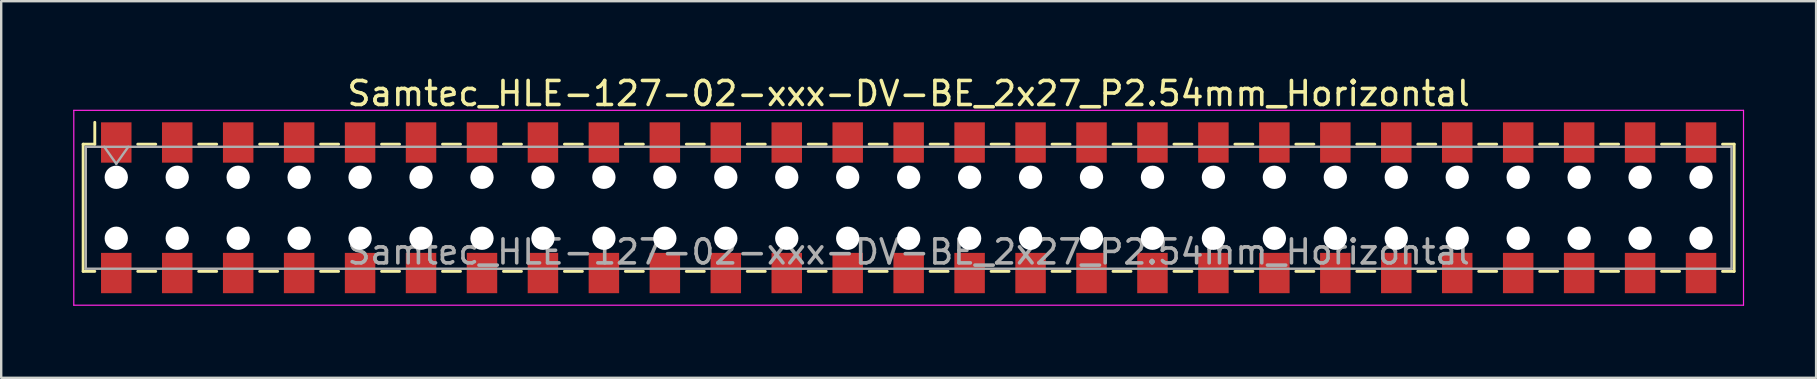
<source format=kicad_pcb>
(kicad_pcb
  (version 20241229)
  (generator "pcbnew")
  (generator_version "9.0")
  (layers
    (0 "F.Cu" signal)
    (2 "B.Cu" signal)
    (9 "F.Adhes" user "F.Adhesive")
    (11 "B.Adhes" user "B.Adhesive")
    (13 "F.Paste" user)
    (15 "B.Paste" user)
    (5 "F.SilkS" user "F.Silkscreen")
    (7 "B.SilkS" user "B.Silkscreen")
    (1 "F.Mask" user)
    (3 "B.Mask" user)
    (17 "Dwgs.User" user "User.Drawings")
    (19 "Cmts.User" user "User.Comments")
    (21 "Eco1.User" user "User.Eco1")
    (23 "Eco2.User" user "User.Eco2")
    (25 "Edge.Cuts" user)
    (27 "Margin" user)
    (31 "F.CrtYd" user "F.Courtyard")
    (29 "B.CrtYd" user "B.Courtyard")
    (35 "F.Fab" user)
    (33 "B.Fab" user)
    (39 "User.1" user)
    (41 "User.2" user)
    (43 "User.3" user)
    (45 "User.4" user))
  (footprint "Samtec_HLE-127-02-xxx-DV-BE_2x27_P2.54mm_Horizontal"
    (layer "F.Cu")
    (at 34.815 5.608)
    (property "Reference" "Samtec_HLE-127-02-xxx-DV-BE_2x27_P2.54mm_Horizontal" (at 0 -4.76 0) (layer "F.SilkS") (effects (font (size 1 1) (thickness 0.15))))
    (attr smd)
    (fp_line (start -34.4 -2.65) (end -34.4 2.65) (stroke (width 0.12) (type solid)) (layer "F.SilkS"))
    (fp_line (start -34.4 2.65) (end -33.915 2.65) (stroke (width 0.12) (type solid)) (layer "F.SilkS"))
    (fp_line (start -33.915 -3.56) (end -33.915 -2.65) (stroke (width 0.12) (type solid)) (layer "F.SilkS"))
    (fp_line (start -33.915 -2.65) (end -34.4 -2.65) (stroke (width 0.12) (type solid)) (layer "F.SilkS"))
    (fp_line (start -32.125 -2.65) (end -31.375 -2.65) (stroke (width 0.12) (type solid)) (layer "F.SilkS"))
    (fp_line (start -32.125 2.65) (end -31.375 2.65) (stroke (width 0.12) (type solid)) (layer "F.SilkS"))
    (fp_line (start -29.585 -2.65) (end -28.835 -2.65) (stroke (width 0.12) (type solid)) (layer "F.SilkS"))
    (fp_line (start -29.585 2.65) (end -28.835 2.65) (stroke (width 0.12) (type solid)) (layer "F.SilkS"))
    (fp_line (start -27.045 -2.65) (end -26.295 -2.65) (stroke (width 0.12) (type solid)) (layer "F.SilkS"))
    (fp_line (start -27.045 2.65) (end -26.295 2.65) (stroke (width 0.12) (type solid)) (layer "F.SilkS"))
    (fp_line (start -24.505 -2.65) (end -23.755 -2.65) (stroke (width 0.12) (type solid)) (layer "F.SilkS"))
    (fp_line (start -24.505 2.65) (end -23.755 2.65) (stroke (width 0.12) (type solid)) (layer "F.SilkS"))
    (fp_line (start -21.965 -2.65) (end -21.215 -2.65) (stroke (width 0.12) (type solid)) (layer "F.SilkS"))
    (fp_line (start -21.965 2.65) (end -21.215 2.65) (stroke (width 0.12) (type solid)) (layer "F.SilkS"))
    (fp_line (start -19.425 -2.65) (end -18.675 -2.65) (stroke (width 0.12) (type solid)) (layer "F.SilkS"))
    (fp_line (start -19.425 2.65) (end -18.675 2.65) (stroke (width 0.12) (type solid)) (layer "F.SilkS"))
    (fp_line (start -16.885 -2.65) (end -16.135 -2.65) (stroke (width 0.12) (type solid)) (layer "F.SilkS"))
    (fp_line (start -16.885 2.65) (end -16.135 2.65) (stroke (width 0.12) (type solid)) (layer "F.SilkS"))
    (fp_line (start -14.345 -2.65) (end -13.595 -2.65) (stroke (width 0.12) (type solid)) (layer "F.SilkS"))
    (fp_line (start -14.345 2.65) (end -13.595 2.65) (stroke (width 0.12) (type solid)) (layer "F.SilkS"))
    (fp_line (start -11.805 -2.65) (end -11.055 -2.65) (stroke (width 0.12) (type solid)) (layer "F.SilkS"))
    (fp_line (start -11.805 2.65) (end -11.055 2.65) (stroke (width 0.12) (type solid)) (layer "F.SilkS"))
    (fp_line (start -9.265 -2.65) (end -8.515 -2.65) (stroke (width 0.12) (type solid)) (layer "F.SilkS"))
    (fp_line (start -9.265 2.65) (end -8.515 2.65) (stroke (width 0.12) (type solid)) (layer "F.SilkS"))
    (fp_line (start -6.725 -2.65) (end -5.975 -2.65) (stroke (width 0.12) (type solid)) (layer "F.SilkS"))
    (fp_line (start -6.725 2.65) (end -5.975 2.65) (stroke (width 0.12) (type solid)) (layer "F.SilkS"))
    (fp_line (start -4.185 -2.65) (end -3.435 -2.65) (stroke (width 0.12) (type solid)) (layer "F.SilkS"))
    (fp_line (start -4.185 2.65) (end -3.435 2.65) (stroke (width 0.12) (type solid)) (layer "F.SilkS"))
    (fp_line (start -1.645 -2.65) (end -0.895 -2.65) (stroke (width 0.12) (type solid)) (layer "F.SilkS"))
    (fp_line (start -1.645 2.65) (end -0.895 2.65) (stroke (width 0.12) (type solid)) (layer "F.SilkS"))
    (fp_line (start 0.895 -2.65) (end 1.645 -2.65) (stroke (width 0.12) (type solid)) (layer "F.SilkS"))
    (fp_line (start 0.895 2.65) (end 1.645 2.65) (stroke (width 0.12) (type solid)) (layer "F.SilkS"))
    (fp_line (start 3.435 -2.65) (end 4.185 -2.65) (stroke (width 0.12) (type solid)) (layer "F.SilkS"))
    (fp_line (start 3.435 2.65) (end 4.185 2.65) (stroke (width 0.12) (type solid)) (layer "F.SilkS"))
    (fp_line (start 5.975 -2.65) (end 6.725 -2.65) (stroke (width 0.12) (type solid)) (layer "F.SilkS"))
    (fp_line (start 5.975 2.65) (end 6.725 2.65) (stroke (width 0.12) (type solid)) (layer "F.SilkS"))
    (fp_line (start 8.515 -2.65) (end 9.265 -2.65) (stroke (width 0.12) (type solid)) (layer "F.SilkS"))
    (fp_line (start 8.515 2.65) (end 9.265 2.65) (stroke (width 0.12) (type solid)) (layer "F.SilkS"))
    (fp_line (start 11.055 -2.65) (end 11.805 -2.65) (stroke (width 0.12) (type solid)) (layer "F.SilkS"))
    (fp_line (start 11.055 2.65) (end 11.805 2.65) (stroke (width 0.12) (type solid)) (layer "F.SilkS"))
    (fp_line (start 13.595 -2.65) (end 14.345 -2.65) (stroke (width 0.12) (type solid)) (layer "F.SilkS"))
    (fp_line (start 13.595 2.65) (end 14.345 2.65) (stroke (width 0.12) (type solid)) (layer "F.SilkS"))
    (fp_line (start 16.135 -2.65) (end 16.885 -2.65) (stroke (width 0.12) (type solid)) (layer "F.SilkS"))
    (fp_line (start 16.135 2.65) (end 16.885 2.65) (stroke (width 0.12) (type solid)) (layer "F.SilkS"))
    (fp_line (start 18.675 -2.65) (end 19.425 -2.65) (stroke (width 0.12) (type solid)) (layer "F.SilkS"))
    (fp_line (start 18.675 2.65) (end 19.425 2.65) (stroke (width 0.12) (type solid)) (layer "F.SilkS"))
    (fp_line (start 21.215 -2.65) (end 21.965 -2.65) (stroke (width 0.12) (type solid)) (layer "F.SilkS"))
    (fp_line (start 21.215 2.65) (end 21.965 2.65) (stroke (width 0.12) (type solid)) (layer "F.SilkS"))
    (fp_line (start 23.755 -2.65) (end 24.505 -2.65) (stroke (width 0.12) (type solid)) (layer "F.SilkS"))
    (fp_line (start 23.755 2.65) (end 24.505 2.65) (stroke (width 0.12) (type solid)) (layer "F.SilkS"))
    (fp_line (start 26.295 -2.65) (end 27.045 -2.65) (stroke (width 0.12) (type solid)) (layer "F.SilkS"))
    (fp_line (start 26.295 2.65) (end 27.045 2.65) (stroke (width 0.12) (type solid)) (layer "F.SilkS"))
    (fp_line (start 28.835 -2.65) (end 29.585 -2.65) (stroke (width 0.12) (type solid)) (layer "F.SilkS"))
    (fp_line (start 28.835 2.65) (end 29.585 2.65) (stroke (width 0.12) (type solid)) (layer "F.SilkS"))
    (fp_line (start 31.375 -2.65) (end 32.125 -2.65) (stroke (width 0.12) (type solid)) (layer "F.SilkS"))
    (fp_line (start 31.375 2.65) (end 32.125 2.65) (stroke (width 0.12) (type solid)) (layer "F.SilkS"))
    (fp_line (start 33.915 -2.65) (end 34.4 -2.65) (stroke (width 0.12) (type solid)) (layer "F.SilkS"))
    (fp_line (start 34.4 -2.65) (end 34.4 2.65) (stroke (width 0.12) (type solid)) (layer "F.SilkS"))
    (fp_line (start 34.4 2.65) (end 33.915 2.65) (stroke (width 0.12) (type solid)) (layer "F.SilkS"))
    (fp_line (start -34.79 -4.06) (end 34.79 -4.06) (stroke (width 0.05) (type solid)) (layer "F.CrtYd"))
    (fp_line (start -34.79 4.06) (end -34.79 -4.06) (stroke (width 0.05) (type solid)) (layer "F.CrtYd"))
    (fp_line (start 34.79 -4.06) (end 34.79 4.06) (stroke (width 0.05) (type solid)) (layer "F.CrtYd"))
    (fp_line (start 34.79 4.06) (end -34.79 4.06) (stroke (width 0.05) (type solid)) (layer "F.CrtYd"))
    (fp_line (start -34.29 -2.54) (end 34.29 -2.54) (stroke (width 0.1) (type solid)) (layer "F.Fab"))
    (fp_line (start -34.29 2.54) (end -34.29 -2.54) (stroke (width 0.1) (type solid)) (layer "F.Fab"))
    (fp_line (start -33.52 -2.54) (end -33.02 -1.833) (stroke (width 0.1) (type solid)) (layer "F.Fab"))
    (fp_line (start -33.02 -1.833) (end -32.52 -2.54) (stroke (width 0.1) (type solid)) (layer "F.Fab"))
    (fp_line (start 34.29 -2.54) (end 34.29 2.54) (stroke (width 0.1) (type solid)) (layer "F.Fab"))
    (fp_line (start 34.29 2.54) (end -34.29 2.54) (stroke (width 0.1) (type solid)) (layer "F.Fab"))
    (fp_text user "${REFERENCE}" (at 0 1.84 0) (layer "F.Fab") (effects (font (size 1 1) (thickness 0.15))))
    (pad "" np_thru_hole circle (at -33.02 -1.27) (size 0.97 0.97) (drill 0.97) (layers "*.Cu" "*.Mask"))
    (pad "" np_thru_hole circle (at -33.02 1.27) (size 0.97 0.97) (drill 0.97) (layers "*.Cu" "*.Mask"))
    (pad "" np_thru_hole circle (at -30.48 -1.27) (size 0.97 0.97) (drill 0.97) (layers "*.Cu" "*.Mask"))
    (pad "" np_thru_hole circle (at -30.48 1.27) (size 0.97 0.97) (drill 0.97) (layers "*.Cu" "*.Mask"))
    (pad "" np_thru_hole circle (at -27.94 -1.27) (size 0.97 0.97) (drill 0.97) (layers "*.Cu" "*.Mask"))
    (pad "" np_thru_hole circle (at -27.94 1.27) (size 0.97 0.97) (drill 0.97) (layers "*.Cu" "*.Mask"))
    (pad "" np_thru_hole circle (at -25.4 -1.27) (size 0.97 0.97) (drill 0.97) (layers "*.Cu" "*.Mask"))
    (pad "" np_thru_hole circle (at -25.4 1.27) (size 0.97 0.97) (drill 0.97) (layers "*.Cu" "*.Mask"))
    (pad "" np_thru_hole circle (at -22.86 -1.27) (size 0.97 0.97) (drill 0.97) (layers "*.Cu" "*.Mask"))
    (pad "" np_thru_hole circle (at -22.86 1.27) (size 0.97 0.97) (drill 0.97) (layers "*.Cu" "*.Mask"))
    (pad "" np_thru_hole circle (at -20.32 -1.27) (size 0.97 0.97) (drill 0.97) (layers "*.Cu" "*.Mask"))
    (pad "" np_thru_hole circle (at -20.32 1.27) (size 0.97 0.97) (drill 0.97) (layers "*.Cu" "*.Mask"))
    (pad "" np_thru_hole circle (at -17.78 -1.27) (size 0.97 0.97) (drill 0.97) (layers "*.Cu" "*.Mask"))
    (pad "" np_thru_hole circle (at -17.78 1.27) (size 0.97 0.97) (drill 0.97) (layers "*.Cu" "*.Mask"))
    (pad "" np_thru_hole circle (at -15.24 -1.27) (size 0.97 0.97) (drill 0.97) (layers "*.Cu" "*.Mask"))
    (pad "" np_thru_hole circle (at -15.24 1.27) (size 0.97 0.97) (drill 0.97) (layers "*.Cu" "*.Mask"))
    (pad "" np_thru_hole circle (at -12.7 -1.27) (size 0.97 0.97) (drill 0.97) (layers "*.Cu" "*.Mask"))
    (pad "" np_thru_hole circle (at -12.7 1.27) (size 0.97 0.97) (drill 0.97) (layers "*.Cu" "*.Mask"))
    (pad "" np_thru_hole circle (at -10.16 -1.27) (size 0.97 0.97) (drill 0.97) (layers "*.Cu" "*.Mask"))
    (pad "" np_thru_hole circle (at -10.16 1.27) (size 0.97 0.97) (drill 0.97) (layers "*.Cu" "*.Mask"))
    (pad "" np_thru_hole circle (at -7.62 -1.27) (size 0.97 0.97) (drill 0.97) (layers "*.Cu" "*.Mask"))
    (pad "" np_thru_hole circle (at -7.62 1.27) (size 0.97 0.97) (drill 0.97) (layers "*.Cu" "*.Mask"))
    (pad "" np_thru_hole circle (at -5.08 -1.27) (size 0.97 0.97) (drill 0.97) (layers "*.Cu" "*.Mask"))
    (pad "" np_thru_hole circle (at -5.08 1.27) (size 0.97 0.97) (drill 0.97) (layers "*.Cu" "*.Mask"))
    (pad "" np_thru_hole circle (at -2.54 -1.27) (size 0.97 0.97) (drill 0.97) (layers "*.Cu" "*.Mask"))
    (pad "" np_thru_hole circle (at -2.54 1.27) (size 0.97 0.97) (drill 0.97) (layers "*.Cu" "*.Mask"))
    (pad "" np_thru_hole circle (at 0 -1.27) (size 0.97 0.97) (drill 0.97) (layers "*.Cu" "*.Mask"))
    (pad "" np_thru_hole circle (at 0 1.27) (size 0.97 0.97) (drill 0.97) (layers "*.Cu" "*.Mask"))
    (pad "" np_thru_hole circle (at 2.54 -1.27) (size 0.97 0.97) (drill 0.97) (layers "*.Cu" "*.Mask"))
    (pad "" np_thru_hole circle (at 2.54 1.27) (size 0.97 0.97) (drill 0.97) (layers "*.Cu" "*.Mask"))
    (pad "" np_thru_hole circle (at 5.08 -1.27) (size 0.97 0.97) (drill 0.97) (layers "*.Cu" "*.Mask"))
    (pad "" np_thru_hole circle (at 5.08 1.27) (size 0.97 0.97) (drill 0.97) (layers "*.Cu" "*.Mask"))
    (pad "" np_thru_hole circle (at 7.62 -1.27) (size 0.97 0.97) (drill 0.97) (layers "*.Cu" "*.Mask"))
    (pad "" np_thru_hole circle (at 7.62 1.27) (size 0.97 0.97) (drill 0.97) (layers "*.Cu" "*.Mask"))
    (pad "" np_thru_hole circle (at 10.16 -1.27) (size 0.97 0.97) (drill 0.97) (layers "*.Cu" "*.Mask"))
    (pad "" np_thru_hole circle (at 10.16 1.27) (size 0.97 0.97) (drill 0.97) (layers "*.Cu" "*.Mask"))
    (pad "" np_thru_hole circle (at 12.7 -1.27) (size 0.97 0.97) (drill 0.97) (layers "*.Cu" "*.Mask"))
    (pad "" np_thru_hole circle (at 12.7 1.27) (size 0.97 0.97) (drill 0.97) (layers "*.Cu" "*.Mask"))
    (pad "" np_thru_hole circle (at 15.24 -1.27) (size 0.97 0.97) (drill 0.97) (layers "*.Cu" "*.Mask"))
    (pad "" np_thru_hole circle (at 15.24 1.27) (size 0.97 0.97) (drill 0.97) (layers "*.Cu" "*.Mask"))
    (pad "" np_thru_hole circle (at 17.78 -1.27) (size 0.97 0.97) (drill 0.97) (layers "*.Cu" "*.Mask"))
    (pad "" np_thru_hole circle (at 17.78 1.27) (size 0.97 0.97) (drill 0.97) (layers "*.Cu" "*.Mask"))
    (pad "" np_thru_hole circle (at 20.32 -1.27) (size 0.97 0.97) (drill 0.97) (layers "*.Cu" "*.Mask"))
    (pad "" np_thru_hole circle (at 20.32 1.27) (size 0.97 0.97) (drill 0.97) (layers "*.Cu" "*.Mask"))
    (pad "" np_thru_hole circle (at 22.86 -1.27) (size 0.97 0.97) (drill 0.97) (layers "*.Cu" "*.Mask"))
    (pad "" np_thru_hole circle (at 22.86 1.27) (size 0.97 0.97) (drill 0.97) (layers "*.Cu" "*.Mask"))
    (pad "" np_thru_hole circle (at 25.4 -1.27) (size 0.97 0.97) (drill 0.97) (layers "*.Cu" "*.Mask"))
    (pad "" np_thru_hole circle (at 25.4 1.27) (size 0.97 0.97) (drill 0.97) (layers "*.Cu" "*.Mask"))
    (pad "" np_thru_hole circle (at 27.94 -1.27) (size 0.97 0.97) (drill 0.97) (layers "*.Cu" "*.Mask"))
    (pad "" np_thru_hole circle (at 27.94 1.27) (size 0.97 0.97) (drill 0.97) (layers "*.Cu" "*.Mask"))
    (pad "" np_thru_hole circle (at 30.48 -1.27) (size 0.97 0.97) (drill 0.97) (layers "*.Cu" "*.Mask"))
    (pad "" np_thru_hole circle (at 30.48 1.27) (size 0.97 0.97) (drill 0.97) (layers "*.Cu" "*.Mask"))
    (pad "" np_thru_hole circle (at 33.02 -1.27) (size 0.97 0.97) (drill 0.97) (layers "*.Cu" "*.Mask"))
    (pad "" np_thru_hole circle (at 33.02 1.27) (size 0.97 0.97) (drill 0.97) (layers "*.Cu" "*.Mask"))
    (pad "1" smd rect (at -33.02 -2.72) (size 1.27 1.68) (layers "F.Cu" "F.Mask" "F.Paste"))
    (pad "2" smd rect (at -33.02 2.72) (size 1.27 1.68) (layers "F.Cu" "F.Mask" "F.Paste"))
    (pad "3" smd rect (at -30.48 -2.72) (size 1.27 1.68) (layers "F.Cu" "F.Mask" "F.Paste"))
    (pad "4" smd rect (at -30.48 2.72) (size 1.27 1.68) (layers "F.Cu" "F.Mask" "F.Paste"))
    (pad "5" smd rect (at -27.94 -2.72) (size 1.27 1.68) (layers "F.Cu" "F.Mask" "F.Paste"))
    (pad "6" smd rect (at -27.94 2.72) (size 1.27 1.68) (layers "F.Cu" "F.Mask" "F.Paste"))
    (pad "7" smd rect (at -25.4 -2.72) (size 1.27 1.68) (layers "F.Cu" "F.Mask" "F.Paste"))
    (pad "8" smd rect (at -25.4 2.72) (size 1.27 1.68) (layers "F.Cu" "F.Mask" "F.Paste"))
    (pad "9" smd rect (at -22.86 -2.72) (size 1.27 1.68) (layers "F.Cu" "F.Mask" "F.Paste"))
    (pad "10" smd rect (at -22.86 2.72) (size 1.27 1.68) (layers "F.Cu" "F.Mask" "F.Paste"))
    (pad "11" smd rect (at -20.32 -2.72) (size 1.27 1.68) (layers "F.Cu" "F.Mask" "F.Paste"))
    (pad "12" smd rect (at -20.32 2.72) (size 1.27 1.68) (layers "F.Cu" "F.Mask" "F.Paste"))
    (pad "13" smd rect (at -17.78 -2.72) (size 1.27 1.68) (layers "F.Cu" "F.Mask" "F.Paste"))
    (pad "14" smd rect (at -17.78 2.72) (size 1.27 1.68) (layers "F.Cu" "F.Mask" "F.Paste"))
    (pad "15" smd rect (at -15.24 -2.72) (size 1.27 1.68) (layers "F.Cu" "F.Mask" "F.Paste"))
    (pad "16" smd rect (at -15.24 2.72) (size 1.27 1.68) (layers "F.Cu" "F.Mask" "F.Paste"))
    (pad "17" smd rect (at -12.7 -2.72) (size 1.27 1.68) (layers "F.Cu" "F.Mask" "F.Paste"))
    (pad "18" smd rect (at -12.7 2.72) (size 1.27 1.68) (layers "F.Cu" "F.Mask" "F.Paste"))
    (pad "19" smd rect (at -10.16 -2.72) (size 1.27 1.68) (layers "F.Cu" "F.Mask" "F.Paste"))
    (pad "20" smd rect (at -10.16 2.72) (size 1.27 1.68) (layers "F.Cu" "F.Mask" "F.Paste"))
    (pad "21" smd rect (at -7.62 -2.72) (size 1.27 1.68) (layers "F.Cu" "F.Mask" "F.Paste"))
    (pad "22" smd rect (at -7.62 2.72) (size 1.27 1.68) (layers "F.Cu" "F.Mask" "F.Paste"))
    (pad "23" smd rect (at -5.08 -2.72) (size 1.27 1.68) (layers "F.Cu" "F.Mask" "F.Paste"))
    (pad "24" smd rect (at -5.08 2.72) (size 1.27 1.68) (layers "F.Cu" "F.Mask" "F.Paste"))
    (pad "25" smd rect (at -2.54 -2.72) (size 1.27 1.68) (layers "F.Cu" "F.Mask" "F.Paste"))
    (pad "26" smd rect (at -2.54 2.72) (size 1.27 1.68) (layers "F.Cu" "F.Mask" "F.Paste"))
    (pad "27" smd rect (at 0 -2.72) (size 1.27 1.68) (layers "F.Cu" "F.Mask" "F.Paste"))
    (pad "28" smd rect (at 0 2.72) (size 1.27 1.68) (layers "F.Cu" "F.Mask" "F.Paste"))
    (pad "29" smd rect (at 2.54 -2.72) (size 1.27 1.68) (layers "F.Cu" "F.Mask" "F.Paste"))
    (pad "30" smd rect (at 2.54 2.72) (size 1.27 1.68) (layers "F.Cu" "F.Mask" "F.Paste"))
    (pad "31" smd rect (at 5.08 -2.72) (size 1.27 1.68) (layers "F.Cu" "F.Mask" "F.Paste"))
    (pad "32" smd rect (at 5.08 2.72) (size 1.27 1.68) (layers "F.Cu" "F.Mask" "F.Paste"))
    (pad "33" smd rect (at 7.62 -2.72) (size 1.27 1.68) (layers "F.Cu" "F.Mask" "F.Paste"))
    (pad "34" smd rect (at 7.62 2.72) (size 1.27 1.68) (layers "F.Cu" "F.Mask" "F.Paste"))
    (pad "35" smd rect (at 10.16 -2.72) (size 1.27 1.68) (layers "F.Cu" "F.Mask" "F.Paste"))
    (pad "36" smd rect (at 10.16 2.72) (size 1.27 1.68) (layers "F.Cu" "F.Mask" "F.Paste"))
    (pad "37" smd rect (at 12.7 -2.72) (size 1.27 1.68) (layers "F.Cu" "F.Mask" "F.Paste"))
    (pad "38" smd rect (at 12.7 2.72) (size 1.27 1.68) (layers "F.Cu" "F.Mask" "F.Paste"))
    (pad "39" smd rect (at 15.24 -2.72) (size 1.27 1.68) (layers "F.Cu" "F.Mask" "F.Paste"))
    (pad "40" smd rect (at 15.24 2.72) (size 1.27 1.68) (layers "F.Cu" "F.Mask" "F.Paste"))
    (pad "41" smd rect (at 17.78 -2.72) (size 1.27 1.68) (layers "F.Cu" "F.Mask" "F.Paste"))
    (pad "42" smd rect (at 17.78 2.72) (size 1.27 1.68) (layers "F.Cu" "F.Mask" "F.Paste"))
    (pad "43" smd rect (at 20.32 -2.72) (size 1.27 1.68) (layers "F.Cu" "F.Mask" "F.Paste"))
    (pad "44" smd rect (at 20.32 2.72) (size 1.27 1.68) (layers "F.Cu" "F.Mask" "F.Paste"))
    (pad "45" smd rect (at 22.86 -2.72) (size 1.27 1.68) (layers "F.Cu" "F.Mask" "F.Paste"))
    (pad "46" smd rect (at 22.86 2.72) (size 1.27 1.68) (layers "F.Cu" "F.Mask" "F.Paste"))
    (pad "47" smd rect (at 25.4 -2.72) (size 1.27 1.68) (layers "F.Cu" "F.Mask" "F.Paste"))
    (pad "48" smd rect (at 25.4 2.72) (size 1.27 1.68) (layers "F.Cu" "F.Mask" "F.Paste"))
    (pad "49" smd rect (at 27.94 -2.72) (size 1.27 1.68) (layers "F.Cu" "F.Mask" "F.Paste"))
    (pad "50" smd rect (at 27.94 2.72) (size 1.27 1.68) (layers "F.Cu" "F.Mask" "F.Paste"))
    (pad "51" smd rect (at 30.48 -2.72) (size 1.27 1.68) (layers "F.Cu" "F.Mask" "F.Paste"))
    (pad "52" smd rect (at 30.48 2.72) (size 1.27 1.68) (layers "F.Cu" "F.Mask" "F.Paste"))
    (pad "53" smd rect (at 33.02 -2.72) (size 1.27 1.68) (layers "F.Cu" "F.Mask" "F.Paste"))
    (pad "54" smd rect (at 33.02 2.72) (size 1.27 1.68) (layers "F.Cu" "F.Mask" "F.Paste")))
  (gr_rect
    (start -3 -3)
    (end 72.63 12.693)
    (stroke (width 0.1) (type default))
    (fill no)
    (layer "Edge.Cuts")))
</source>
